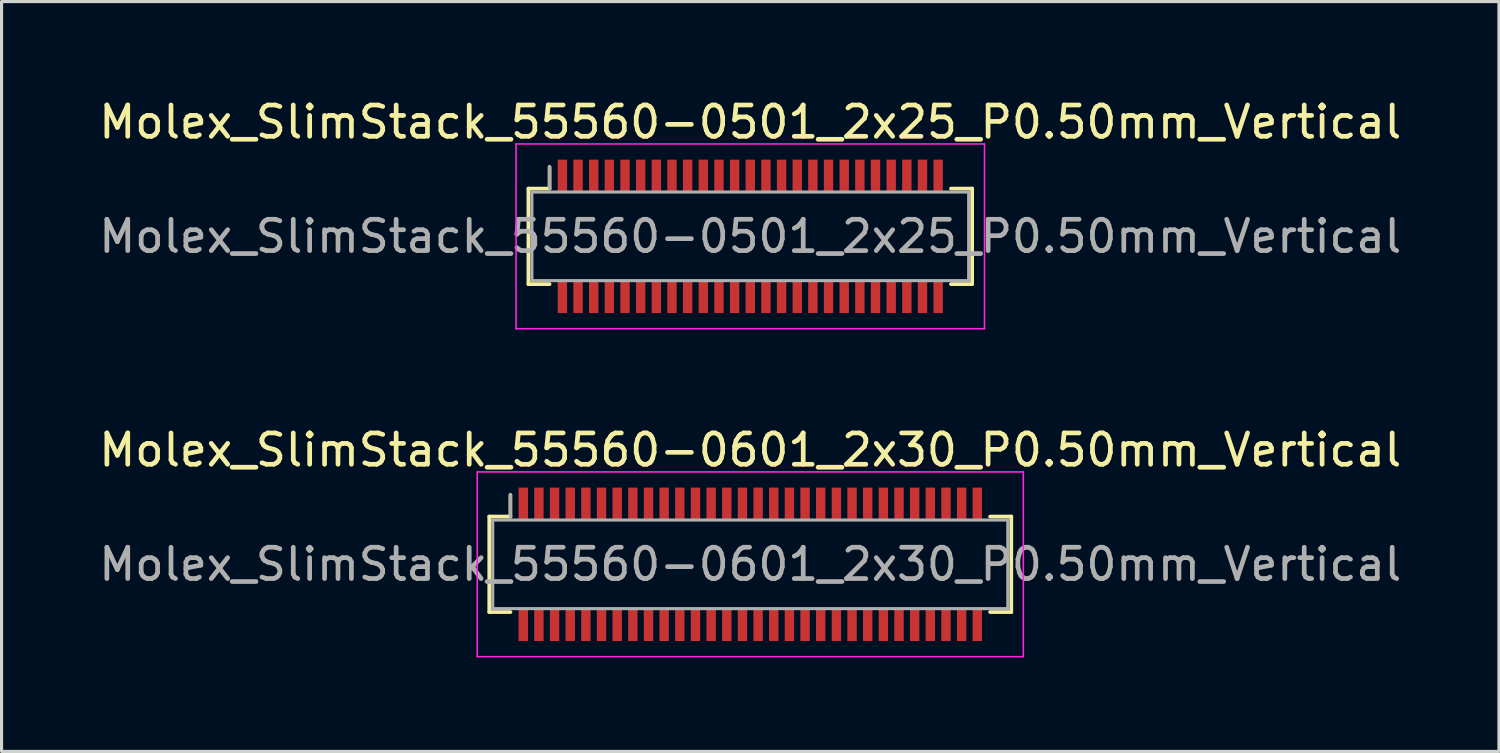
<source format=kicad_pcb>
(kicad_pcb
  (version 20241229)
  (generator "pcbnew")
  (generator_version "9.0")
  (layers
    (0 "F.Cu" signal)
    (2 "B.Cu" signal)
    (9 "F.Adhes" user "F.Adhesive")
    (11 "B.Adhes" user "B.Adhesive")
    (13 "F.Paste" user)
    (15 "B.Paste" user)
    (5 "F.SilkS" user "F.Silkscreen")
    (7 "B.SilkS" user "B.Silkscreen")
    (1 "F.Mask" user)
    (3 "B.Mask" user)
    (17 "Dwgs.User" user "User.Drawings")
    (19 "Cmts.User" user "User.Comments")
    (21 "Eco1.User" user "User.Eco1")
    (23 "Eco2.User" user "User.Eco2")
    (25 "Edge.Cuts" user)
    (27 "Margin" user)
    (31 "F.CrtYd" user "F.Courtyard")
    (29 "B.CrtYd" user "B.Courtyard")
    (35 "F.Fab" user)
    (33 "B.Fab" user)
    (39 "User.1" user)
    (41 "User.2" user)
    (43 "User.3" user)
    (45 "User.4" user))
  (footprint "Molex_SlimStack_55560-0501_2x25_P0.50mm_Vertical"
    (layer "F.Cu")
    (at 20.911 4.498)
    (property "Reference" "Molex_SlimStack_55560-0501_2x25_P0.50mm_Vertical" (at 0 -3.65 0) (layer "F.SilkS") (effects (font (size 1 1) (thickness 0.15))))
    (attr smd)
    (fp_line (start -7.085 -1.525) (end -6.41 -1.525) (stroke (width 0.12) (type solid)) (layer "F.SilkS"))
    (fp_line (start -7.085 1.525) (end -7.085 -1.525) (stroke (width 0.12) (type solid)) (layer "F.SilkS"))
    (fp_line (start -6.41 -1.525) (end -6.41 -2.215) (stroke (width 0.12) (type solid)) (layer "F.SilkS"))
    (fp_line (start -6.41 1.525) (end -7.085 1.525) (stroke (width 0.12) (type solid)) (layer "F.SilkS"))
    (fp_line (start 6.41 1.525) (end 7.085 1.525) (stroke (width 0.12) (type solid)) (layer "F.SilkS"))
    (fp_line (start 7.085 -1.525) (end 6.41 -1.525) (stroke (width 0.12) (type solid)) (layer "F.SilkS"))
    (fp_line (start 7.085 1.525) (end 7.085 -1.525) (stroke (width 0.12) (type solid)) (layer "F.SilkS"))
    (fp_line (start -7.48 -2.95) (end -7.48 2.95) (stroke (width 0.05) (type solid)) (layer "F.CrtYd"))
    (fp_line (start -7.48 2.95) (end 7.48 2.95) (stroke (width 0.05) (type solid)) (layer "F.CrtYd"))
    (fp_line (start 7.48 -2.95) (end -7.48 -2.95) (stroke (width 0.05) (type solid)) (layer "F.CrtYd"))
    (fp_line (start 7.48 2.95) (end 7.48 -2.95) (stroke (width 0.05) (type solid)) (layer "F.CrtYd"))
    (fp_line (start -6.975 -1.415) (end -6.975 1.415) (stroke (width 0.1) (type solid)) (layer "F.Fab"))
    (fp_line (start -6.975 1.415) (end 6.975 1.415) (stroke (width 0.1) (type solid)) (layer "F.Fab"))
    (fp_line (start -6.41 -1.525) (end -6.41 -2.215) (stroke (width 0.1) (type solid)) (layer "F.Fab"))
    (fp_line (start 6.975 -1.415) (end -6.975 -1.415) (stroke (width 0.1) (type solid)) (layer "F.Fab"))
    (fp_line (start 6.975 1.415) (end 6.975 -1.415) (stroke (width 0.1) (type solid)) (layer "F.Fab"))
    (fp_text user "${REFERENCE}" (at 0 0 0) (layer "F.Fab") (effects (font (size 1 1) (thickness 0.15))))
    (pad "1" smd rect (at -6 -1.95) (size 0.3 1) (layers "F.Cu" "F.Mask" "F.Paste"))
    (pad "2" smd rect (at -6 1.95) (size 0.3 1) (layers "F.Cu" "F.Mask" "F.Paste"))
    (pad "3" smd rect (at -5.5 -1.95) (size 0.3 1) (layers "F.Cu" "F.Mask" "F.Paste"))
    (pad "4" smd rect (at -5.5 1.95) (size 0.3 1) (layers "F.Cu" "F.Mask" "F.Paste"))
    (pad "5" smd rect (at -5 -1.95) (size 0.3 1) (layers "F.Cu" "F.Mask" "F.Paste"))
    (pad "6" smd rect (at -5 1.95) (size 0.3 1) (layers "F.Cu" "F.Mask" "F.Paste"))
    (pad "7" smd rect (at -4.5 -1.95) (size 0.3 1) (layers "F.Cu" "F.Mask" "F.Paste"))
    (pad "8" smd rect (at -4.5 1.95) (size 0.3 1) (layers "F.Cu" "F.Mask" "F.Paste"))
    (pad "9" smd rect (at -4 -1.95) (size 0.3 1) (layers "F.Cu" "F.Mask" "F.Paste"))
    (pad "10" smd rect (at -4 1.95) (size 0.3 1) (layers "F.Cu" "F.Mask" "F.Paste"))
    (pad "11" smd rect (at -3.5 -1.95) (size 0.3 1) (layers "F.Cu" "F.Mask" "F.Paste"))
    (pad "12" smd rect (at -3.5 1.95) (size 0.3 1) (layers "F.Cu" "F.Mask" "F.Paste"))
    (pad "13" smd rect (at -3 -1.95) (size 0.3 1) (layers "F.Cu" "F.Mask" "F.Paste"))
    (pad "14" smd rect (at -3 1.95) (size 0.3 1) (layers "F.Cu" "F.Mask" "F.Paste"))
    (pad "15" smd rect (at -2.5 -1.95) (size 0.3 1) (layers "F.Cu" "F.Mask" "F.Paste"))
    (pad "16" smd rect (at -2.5 1.95) (size 0.3 1) (layers "F.Cu" "F.Mask" "F.Paste"))
    (pad "17" smd rect (at -2 -1.95) (size 0.3 1) (layers "F.Cu" "F.Mask" "F.Paste"))
    (pad "18" smd rect (at -2 1.95) (size 0.3 1) (layers "F.Cu" "F.Mask" "F.Paste"))
    (pad "19" smd rect (at -1.5 -1.95) (size 0.3 1) (layers "F.Cu" "F.Mask" "F.Paste"))
    (pad "20" smd rect (at -1.5 1.95) (size 0.3 1) (layers "F.Cu" "F.Mask" "F.Paste"))
    (pad "21" smd rect (at -1 -1.95) (size 0.3 1) (layers "F.Cu" "F.Mask" "F.Paste"))
    (pad "22" smd rect (at -1 1.95) (size 0.3 1) (layers "F.Cu" "F.Mask" "F.Paste"))
    (pad "23" smd rect (at -0.5 -1.95) (size 0.3 1) (layers "F.Cu" "F.Mask" "F.Paste"))
    (pad "24" smd rect (at -0.5 1.95) (size 0.3 1) (layers "F.Cu" "F.Mask" "F.Paste"))
    (pad "25" smd rect (at 0 -1.95) (size 0.3 1) (layers "F.Cu" "F.Mask" "F.Paste"))
    (pad "26" smd rect (at 0 1.95) (size 0.3 1) (layers "F.Cu" "F.Mask" "F.Paste"))
    (pad "27" smd rect (at 0.5 -1.95) (size 0.3 1) (layers "F.Cu" "F.Mask" "F.Paste"))
    (pad "28" smd rect (at 0.5 1.95) (size 0.3 1) (layers "F.Cu" "F.Mask" "F.Paste"))
    (pad "29" smd rect (at 1 -1.95) (size 0.3 1) (layers "F.Cu" "F.Mask" "F.Paste"))
    (pad "30" smd rect (at 1 1.95) (size 0.3 1) (layers "F.Cu" "F.Mask" "F.Paste"))
    (pad "31" smd rect (at 1.5 -1.95) (size 0.3 1) (layers "F.Cu" "F.Mask" "F.Paste"))
    (pad "32" smd rect (at 1.5 1.95) (size 0.3 1) (layers "F.Cu" "F.Mask" "F.Paste"))
    (pad "33" smd rect (at 2 -1.95) (size 0.3 1) (layers "F.Cu" "F.Mask" "F.Paste"))
    (pad "34" smd rect (at 2 1.95) (size 0.3 1) (layers "F.Cu" "F.Mask" "F.Paste"))
    (pad "35" smd rect (at 2.5 -1.95) (size 0.3 1) (layers "F.Cu" "F.Mask" "F.Paste"))
    (pad "36" smd rect (at 2.5 1.95) (size 0.3 1) (layers "F.Cu" "F.Mask" "F.Paste"))
    (pad "37" smd rect (at 3 -1.95) (size 0.3 1) (layers "F.Cu" "F.Mask" "F.Paste"))
    (pad "38" smd rect (at 3 1.95) (size 0.3 1) (layers "F.Cu" "F.Mask" "F.Paste"))
    (pad "39" smd rect (at 3.5 -1.95) (size 0.3 1) (layers "F.Cu" "F.Mask" "F.Paste"))
    (pad "40" smd rect (at 3.5 1.95) (size 0.3 1) (layers "F.Cu" "F.Mask" "F.Paste"))
    (pad "41" smd rect (at 4 -1.95) (size 0.3 1) (layers "F.Cu" "F.Mask" "F.Paste"))
    (pad "42" smd rect (at 4 1.95) (size 0.3 1) (layers "F.Cu" "F.Mask" "F.Paste"))
    (pad "43" smd rect (at 4.5 -1.95) (size 0.3 1) (layers "F.Cu" "F.Mask" "F.Paste"))
    (pad "44" smd rect (at 4.5 1.95) (size 0.3 1) (layers "F.Cu" "F.Mask" "F.Paste"))
    (pad "45" smd rect (at 5 -1.95) (size 0.3 1) (layers "F.Cu" "F.Mask" "F.Paste"))
    (pad "46" smd rect (at 5 1.95) (size 0.3 1) (layers "F.Cu" "F.Mask" "F.Paste"))
    (pad "47" smd rect (at 5.5 -1.95) (size 0.3 1) (layers "F.Cu" "F.Mask" "F.Paste"))
    (pad "48" smd rect (at 5.5 1.95) (size 0.3 1) (layers "F.Cu" "F.Mask" "F.Paste"))
    (pad "49" smd rect (at 6 -1.95) (size 0.3 1) (layers "F.Cu" "F.Mask" "F.Paste"))
    (pad "50" smd rect (at 6 1.95) (size 0.3 1) (layers "F.Cu" "F.Mask" "F.Paste")))
  (footprint "Molex_SlimStack_55560-0601_2x30_P0.50mm_Vertical"
    (layer "F.Cu")
    (at 20.911 14.972)
    (property "Reference" "Molex_SlimStack_55560-0601_2x30_P0.50mm_Vertical" (at 0 -3.65 0) (layer "F.SilkS") (effects (font (size 1 1) (thickness 0.15))))
    (attr smd)
    (fp_line (start -8.335 -1.525) (end -7.66 -1.525) (stroke (width 0.12) (type solid)) (layer "F.SilkS"))
    (fp_line (start -8.335 1.525) (end -8.335 -1.525) (stroke (width 0.12) (type solid)) (layer "F.SilkS"))
    (fp_line (start -7.66 -1.525) (end -7.66 -2.215) (stroke (width 0.12) (type solid)) (layer "F.SilkS"))
    (fp_line (start -7.66 1.525) (end -8.335 1.525) (stroke (width 0.12) (type solid)) (layer "F.SilkS"))
    (fp_line (start 7.66 1.525) (end 8.335 1.525) (stroke (width 0.12) (type solid)) (layer "F.SilkS"))
    (fp_line (start 8.335 -1.525) (end 7.66 -1.525) (stroke (width 0.12) (type solid)) (layer "F.SilkS"))
    (fp_line (start 8.335 1.525) (end 8.335 -1.525) (stroke (width 0.12) (type solid)) (layer "F.SilkS"))
    (fp_line (start -8.72 -2.95) (end -8.72 2.95) (stroke (width 0.05) (type solid)) (layer "F.CrtYd"))
    (fp_line (start -8.72 2.95) (end 8.72 2.95) (stroke (width 0.05) (type solid)) (layer "F.CrtYd"))
    (fp_line (start 8.72 -2.95) (end -8.72 -2.95) (stroke (width 0.05) (type solid)) (layer "F.CrtYd"))
    (fp_line (start 8.72 2.95) (end 8.72 -2.95) (stroke (width 0.05) (type solid)) (layer "F.CrtYd"))
    (fp_line (start -8.225 -1.415) (end -8.225 1.415) (stroke (width 0.1) (type solid)) (layer "F.Fab"))
    (fp_line (start -8.225 1.415) (end 8.225 1.415) (stroke (width 0.1) (type solid)) (layer "F.Fab"))
    (fp_line (start -7.66 -1.525) (end -7.66 -2.215) (stroke (width 0.1) (type solid)) (layer "F.Fab"))
    (fp_line (start 8.225 -1.415) (end -8.225 -1.415) (stroke (width 0.1) (type solid)) (layer "F.Fab"))
    (fp_line (start 8.225 1.415) (end 8.225 -1.415) (stroke (width 0.1) (type solid)) (layer "F.Fab"))
    (fp_text user "${REFERENCE}" (at 0 0 0) (layer "F.Fab") (effects (font (size 1 1) (thickness 0.15))))
    (pad "1" smd rect (at -7.25 -1.95) (size 0.3 1) (layers "F.Cu" "F.Mask" "F.Paste"))
    (pad "2" smd rect (at -7.25 1.95) (size 0.3 1) (layers "F.Cu" "F.Mask" "F.Paste"))
    (pad "3" smd rect (at -6.75 -1.95) (size 0.3 1) (layers "F.Cu" "F.Mask" "F.Paste"))
    (pad "4" smd rect (at -6.75 1.95) (size 0.3 1) (layers "F.Cu" "F.Mask" "F.Paste"))
    (pad "5" smd rect (at -6.25 -1.95) (size 0.3 1) (layers "F.Cu" "F.Mask" "F.Paste"))
    (pad "6" smd rect (at -6.25 1.95) (size 0.3 1) (layers "F.Cu" "F.Mask" "F.Paste"))
    (pad "7" smd rect (at -5.75 -1.95) (size 0.3 1) (layers "F.Cu" "F.Mask" "F.Paste"))
    (pad "8" smd rect (at -5.75 1.95) (size 0.3 1) (layers "F.Cu" "F.Mask" "F.Paste"))
    (pad "9" smd rect (at -5.25 -1.95) (size 0.3 1) (layers "F.Cu" "F.Mask" "F.Paste"))
    (pad "10" smd rect (at -5.25 1.95) (size 0.3 1) (layers "F.Cu" "F.Mask" "F.Paste"))
    (pad "11" smd rect (at -4.75 -1.95) (size 0.3 1) (layers "F.Cu" "F.Mask" "F.Paste"))
    (pad "12" smd rect (at -4.75 1.95) (size 0.3 1) (layers "F.Cu" "F.Mask" "F.Paste"))
    (pad "13" smd rect (at -4.25 -1.95) (size 0.3 1) (layers "F.Cu" "F.Mask" "F.Paste"))
    (pad "14" smd rect (at -4.25 1.95) (size 0.3 1) (layers "F.Cu" "F.Mask" "F.Paste"))
    (pad "15" smd rect (at -3.75 -1.95) (size 0.3 1) (layers "F.Cu" "F.Mask" "F.Paste"))
    (pad "16" smd rect (at -3.75 1.95) (size 0.3 1) (layers "F.Cu" "F.Mask" "F.Paste"))
    (pad "17" smd rect (at -3.25 -1.95) (size 0.3 1) (layers "F.Cu" "F.Mask" "F.Paste"))
    (pad "18" smd rect (at -3.25 1.95) (size 0.3 1) (layers "F.Cu" "F.Mask" "F.Paste"))
    (pad "19" smd rect (at -2.75 -1.95) (size 0.3 1) (layers "F.Cu" "F.Mask" "F.Paste"))
    (pad "20" smd rect (at -2.75 1.95) (size 0.3 1) (layers "F.Cu" "F.Mask" "F.Paste"))
    (pad "21" smd rect (at -2.25 -1.95) (size 0.3 1) (layers "F.Cu" "F.Mask" "F.Paste"))
    (pad "22" smd rect (at -2.25 1.95) (size 0.3 1) (layers "F.Cu" "F.Mask" "F.Paste"))
    (pad "23" smd rect (at -1.75 -1.95) (size 0.3 1) (layers "F.Cu" "F.Mask" "F.Paste"))
    (pad "24" smd rect (at -1.75 1.95) (size 0.3 1) (layers "F.Cu" "F.Mask" "F.Paste"))
    (pad "25" smd rect (at -1.25 -1.95) (size 0.3 1) (layers "F.Cu" "F.Mask" "F.Paste"))
    (pad "26" smd rect (at -1.25 1.95) (size 0.3 1) (layers "F.Cu" "F.Mask" "F.Paste"))
    (pad "27" smd rect (at -0.75 -1.95) (size 0.3 1) (layers "F.Cu" "F.Mask" "F.Paste"))
    (pad "28" smd rect (at -0.75 1.95) (size 0.3 1) (layers "F.Cu" "F.Mask" "F.Paste"))
    (pad "29" smd rect (at -0.25 -1.95) (size 0.3 1) (layers "F.Cu" "F.Mask" "F.Paste"))
    (pad "30" smd rect (at -0.25 1.95) (size 0.3 1) (layers "F.Cu" "F.Mask" "F.Paste"))
    (pad "31" smd rect (at 0.25 -1.95) (size 0.3 1) (layers "F.Cu" "F.Mask" "F.Paste"))
    (pad "32" smd rect (at 0.25 1.95) (size 0.3 1) (layers "F.Cu" "F.Mask" "F.Paste"))
    (pad "33" smd rect (at 0.75 -1.95) (size 0.3 1) (layers "F.Cu" "F.Mask" "F.Paste"))
    (pad "34" smd rect (at 0.75 1.95) (size 0.3 1) (layers "F.Cu" "F.Mask" "F.Paste"))
    (pad "35" smd rect (at 1.25 -1.95) (size 0.3 1) (layers "F.Cu" "F.Mask" "F.Paste"))
    (pad "36" smd rect (at 1.25 1.95) (size 0.3 1) (layers "F.Cu" "F.Mask" "F.Paste"))
    (pad "37" smd rect (at 1.75 -1.95) (size 0.3 1) (layers "F.Cu" "F.Mask" "F.Paste"))
    (pad "38" smd rect (at 1.75 1.95) (size 0.3 1) (layers "F.Cu" "F.Mask" "F.Paste"))
    (pad "39" smd rect (at 2.25 -1.95) (size 0.3 1) (layers "F.Cu" "F.Mask" "F.Paste"))
    (pad "40" smd rect (at 2.25 1.95) (size 0.3 1) (layers "F.Cu" "F.Mask" "F.Paste"))
    (pad "41" smd rect (at 2.75 -1.95) (size 0.3 1) (layers "F.Cu" "F.Mask" "F.Paste"))
    (pad "42" smd rect (at 2.75 1.95) (size 0.3 1) (layers "F.Cu" "F.Mask" "F.Paste"))
    (pad "43" smd rect (at 3.25 -1.95) (size 0.3 1) (layers "F.Cu" "F.Mask" "F.Paste"))
    (pad "44" smd rect (at 3.25 1.95) (size 0.3 1) (layers "F.Cu" "F.Mask" "F.Paste"))
    (pad "45" smd rect (at 3.75 -1.95) (size 0.3 1) (layers "F.Cu" "F.Mask" "F.Paste"))
    (pad "46" smd rect (at 3.75 1.95) (size 0.3 1) (layers "F.Cu" "F.Mask" "F.Paste"))
    (pad "47" smd rect (at 4.25 -1.95) (size 0.3 1) (layers "F.Cu" "F.Mask" "F.Paste"))
    (pad "48" smd rect (at 4.25 1.95) (size 0.3 1) (layers "F.Cu" "F.Mask" "F.Paste"))
    (pad "49" smd rect (at 4.75 -1.95) (size 0.3 1) (layers "F.Cu" "F.Mask" "F.Paste"))
    (pad "50" smd rect (at 4.75 1.95) (size 0.3 1) (layers "F.Cu" "F.Mask" "F.Paste"))
    (pad "51" smd rect (at 5.25 -1.95) (size 0.3 1) (layers "F.Cu" "F.Mask" "F.Paste"))
    (pad "52" smd rect (at 5.25 1.95) (size 0.3 1) (layers "F.Cu" "F.Mask" "F.Paste"))
    (pad "53" smd rect (at 5.75 -1.95) (size 0.3 1) (layers "F.Cu" "F.Mask" "F.Paste"))
    (pad "54" smd rect (at 5.75 1.95) (size 0.3 1) (layers "F.Cu" "F.Mask" "F.Paste"))
    (pad "55" smd rect (at 6.25 -1.95) (size 0.3 1) (layers "F.Cu" "F.Mask" "F.Paste"))
    (pad "56" smd rect (at 6.25 1.95) (size 0.3 1) (layers "F.Cu" "F.Mask" "F.Paste"))
    (pad "57" smd rect (at 6.75 -1.95) (size 0.3 1) (layers "F.Cu" "F.Mask" "F.Paste"))
    (pad "58" smd rect (at 6.75 1.95) (size 0.3 1) (layers "F.Cu" "F.Mask" "F.Paste"))
    (pad "59" smd rect (at 7.25 -1.95) (size 0.3 1) (layers "F.Cu" "F.Mask" "F.Paste"))
    (pad "60" smd rect (at 7.25 1.95) (size 0.3 1) (layers "F.Cu" "F.Mask" "F.Paste")))
  (gr_rect
    (start -3 -3)
    (end 44.821 20.947)
    (stroke (width 0.1) (type default))
    (fill no)
    (layer "Edge.Cuts")))
</source>
